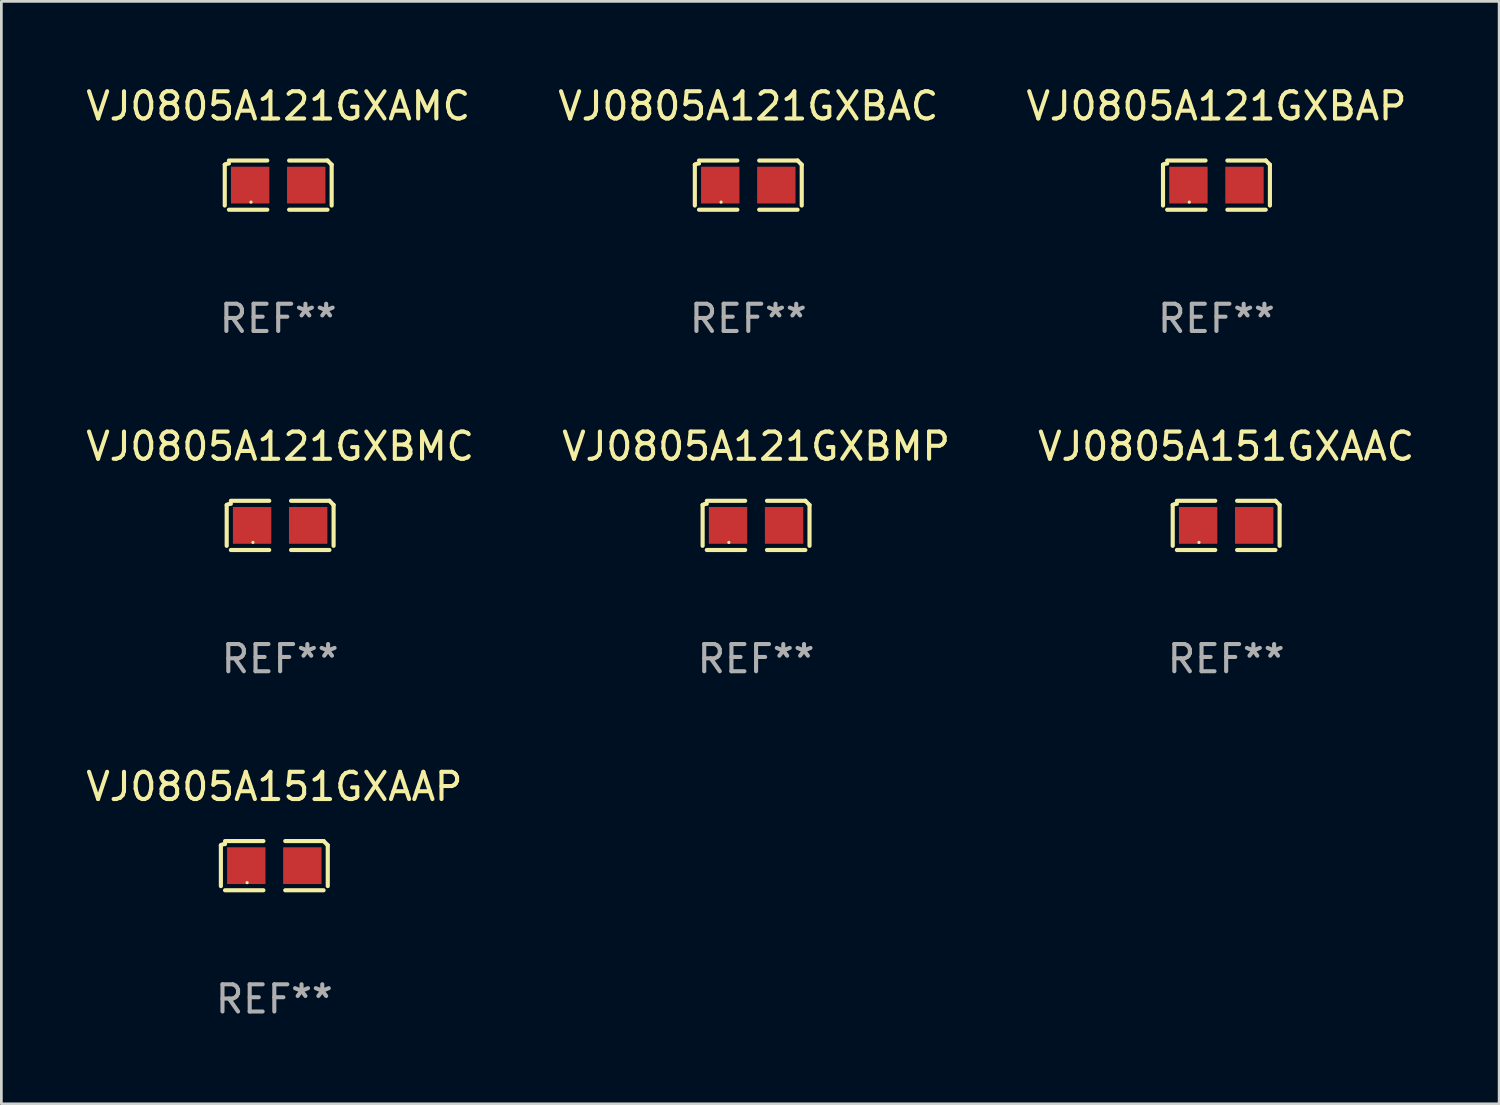
<source format=kicad_pcb>
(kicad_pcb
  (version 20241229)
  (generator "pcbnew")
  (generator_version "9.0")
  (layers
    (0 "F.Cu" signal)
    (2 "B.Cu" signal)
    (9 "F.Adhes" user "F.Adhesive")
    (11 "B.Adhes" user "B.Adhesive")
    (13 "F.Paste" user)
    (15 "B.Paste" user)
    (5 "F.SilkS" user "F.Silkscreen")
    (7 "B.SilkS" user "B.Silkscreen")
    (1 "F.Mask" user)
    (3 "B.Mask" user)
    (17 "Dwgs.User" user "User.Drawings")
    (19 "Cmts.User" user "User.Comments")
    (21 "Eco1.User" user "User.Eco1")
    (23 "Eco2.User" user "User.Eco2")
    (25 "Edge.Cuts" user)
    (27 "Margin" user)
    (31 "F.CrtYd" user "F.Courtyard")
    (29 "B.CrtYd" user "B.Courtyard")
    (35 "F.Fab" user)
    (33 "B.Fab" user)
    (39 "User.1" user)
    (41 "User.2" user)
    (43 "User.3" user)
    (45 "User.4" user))
  (footprint "VJ0805A121GXBMP"
    (layer "F.Cu")
    (at 24.732 16.256)
    (property "Reference" "VJ0805A121GXBMP" (at 0 -2.904 0) (layer "F.SilkS") (effects (font (size 1 1) (thickness 0.15))))
    (attr through_hole)
    (fp_line (start -1.964 0.751) (end -1.964 -0.751) (stroke (width 0.152) (type solid)) (layer "F.SilkS"))
    (fp_line (start -1.811 -0.904) (end -0.401 -0.904) (stroke (width 0.152) (type solid)) (layer "F.SilkS"))
    (fp_line (start -0.401 0.904) (end -1.811 0.904) (stroke (width 0.152) (type solid)) (layer "F.SilkS"))
    (fp_line (start 0.401 0.904) (end 1.811 0.904) (stroke (width 0.152) (type solid)) (layer "F.SilkS"))
    (fp_line (start 1.811 -0.904) (end 0.401 -0.904) (stroke (width 0.152) (type solid)) (layer "F.SilkS"))
    (fp_line (start 1.964 0.751) (end 1.964 -0.751) (stroke (width 0.152) (type solid)) (layer "F.SilkS"))
    (fp_arc (start -1.963602 -0.751207) (mid -1.890354 -0.783131) (end -1.811201 -0.794044) (stroke (width 0.1524) (type solid)) (layer "F.SilkS"))
    (fp_arc (start 1.811202 -0.903607) (mid 1.887413 -0.827418) (end 1.963602 -0.751207) (stroke (width 0.1524) (type solid)) (layer "F.SilkS"))
    (fp_circle (center -1 0.625) (end -0.97 0.625) (stroke (width 0.06) (type solid)) (fill no) (layer "F.SilkS"))
    (fp_text user "REF**" (at 0 4.904 0) (layer "F.Fab") (effects (font (size 1 1) (thickness 0.15))))
    (pad "1" smd rect (at -1.03 0) (size 1.41 1.35) (layers "F.Cu" "F.Mask" "F.Paste"))
    (pad "2" smd rect (at 1.03 0) (size 1.41 1.35) (layers "F.Cu" "F.Mask" "F.Paste")))
  (footprint "VJ0805A151GXAAC"
    (layer "F.Cu")
    (at 42.006 16.256)
    (property "Reference" "VJ0805A151GXAAC" (at 0 -2.904 0) (layer "F.SilkS") (effects (font (size 1 1) (thickness 0.15))))
    (attr through_hole)
    (fp_line (start -1.964 0.751) (end -1.964 -0.751) (stroke (width 0.152) (type solid)) (layer "F.SilkS"))
    (fp_line (start -1.811 -0.904) (end -0.401 -0.904) (stroke (width 0.152) (type solid)) (layer "F.SilkS"))
    (fp_line (start -0.401 0.904) (end -1.811 0.904) (stroke (width 0.152) (type solid)) (layer "F.SilkS"))
    (fp_line (start 0.401 0.904) (end 1.811 0.904) (stroke (width 0.152) (type solid)) (layer "F.SilkS"))
    (fp_line (start 1.811 -0.904) (end 0.401 -0.904) (stroke (width 0.152) (type solid)) (layer "F.SilkS"))
    (fp_line (start 1.964 0.751) (end 1.964 -0.751) (stroke (width 0.152) (type solid)) (layer "F.SilkS"))
    (fp_arc (start -1.963602 -0.751207) (mid -1.890354 -0.783131) (end -1.811201 -0.794044) (stroke (width 0.1524) (type solid)) (layer "F.SilkS"))
    (fp_arc (start 1.811202 -0.903607) (mid 1.887413 -0.827418) (end 1.963602 -0.751207) (stroke (width 0.1524) (type solid)) (layer "F.SilkS"))
    (fp_circle (center -1 0.625) (end -0.97 0.625) (stroke (width 0.06) (type solid)) (fill no) (layer "F.SilkS"))
    (fp_text user "REF**" (at 0 4.904 0) (layer "F.Fab") (effects (font (size 1 1) (thickness 0.15))))
    (pad "1" smd rect (at -1.03 0) (size 1.41 1.35) (layers "F.Cu" "F.Mask" "F.Paste"))
    (pad "2" smd rect (at 1.03 0) (size 1.41 1.35) (layers "F.Cu" "F.Mask" "F.Paste")))
  (footprint "VJ0805A121GXBAP"
    (layer "F.Cu")
    (at 41.649 3.752)
    (property "Reference" "VJ0805A121GXBAP" (at 0 -2.904 0) (layer "F.SilkS") (effects (font (size 1 1) (thickness 0.15))))
    (attr through_hole)
    (fp_line (start -1.964 0.751) (end -1.964 -0.751) (stroke (width 0.152) (type solid)) (layer "F.SilkS"))
    (fp_line (start -1.811 -0.904) (end -0.401 -0.904) (stroke (width 0.152) (type solid)) (layer "F.SilkS"))
    (fp_line (start -0.401 0.904) (end -1.811 0.904) (stroke (width 0.152) (type solid)) (layer "F.SilkS"))
    (fp_line (start 0.401 0.904) (end 1.811 0.904) (stroke (width 0.152) (type solid)) (layer "F.SilkS"))
    (fp_line (start 1.811 -0.904) (end 0.401 -0.904) (stroke (width 0.152) (type solid)) (layer "F.SilkS"))
    (fp_line (start 1.964 0.751) (end 1.964 -0.751) (stroke (width 0.152) (type solid)) (layer "F.SilkS"))
    (fp_arc (start -1.963602 -0.751207) (mid -1.890354 -0.783131) (end -1.811201 -0.794044) (stroke (width 0.1524) (type solid)) (layer "F.SilkS"))
    (fp_arc (start 1.811202 -0.903607) (mid 1.887413 -0.827418) (end 1.963602 -0.751207) (stroke (width 0.1524) (type solid)) (layer "F.SilkS"))
    (fp_circle (center -1 0.625) (end -0.97 0.625) (stroke (width 0.06) (type solid)) (fill no) (layer "F.SilkS"))
    (fp_text user "REF**" (at 0 4.904 0) (layer "F.Fab") (effects (font (size 1 1) (thickness 0.15))))
    (pad "1" smd rect (at -1.03 0) (size 1.41 1.35) (layers "F.Cu" "F.Mask" "F.Paste"))
    (pad "2" smd rect (at 1.03 0) (size 1.41 1.35) (layers "F.Cu" "F.Mask" "F.Paste")))
  (footprint "VJ0805A121GXBAC"
    (layer "F.Cu")
    (at 24.446 3.752)
    (property "Reference" "VJ0805A121GXBAC" (at 0 -2.904 0) (layer "F.SilkS") (effects (font (size 1 1) (thickness 0.15))))
    (attr through_hole)
    (fp_line (start -1.964 0.751) (end -1.964 -0.751) (stroke (width 0.152) (type solid)) (layer "F.SilkS"))
    (fp_line (start -1.811 -0.904) (end -0.401 -0.904) (stroke (width 0.152) (type solid)) (layer "F.SilkS"))
    (fp_line (start -0.401 0.904) (end -1.811 0.904) (stroke (width 0.152) (type solid)) (layer "F.SilkS"))
    (fp_line (start 0.401 0.904) (end 1.811 0.904) (stroke (width 0.152) (type solid)) (layer "F.SilkS"))
    (fp_line (start 1.811 -0.904) (end 0.401 -0.904) (stroke (width 0.152) (type solid)) (layer "F.SilkS"))
    (fp_line (start 1.964 0.751) (end 1.964 -0.751) (stroke (width 0.152) (type solid)) (layer "F.SilkS"))
    (fp_arc (start -1.963602 -0.751207) (mid -1.890354 -0.783131) (end -1.811201 -0.794044) (stroke (width 0.1524) (type solid)) (layer "F.SilkS"))
    (fp_arc (start 1.811202 -0.903607) (mid 1.887413 -0.827418) (end 1.963602 -0.751207) (stroke (width 0.1524) (type solid)) (layer "F.SilkS"))
    (fp_circle (center -1 0.625) (end -0.97 0.625) (stroke (width 0.06) (type solid)) (fill no) (layer "F.SilkS"))
    (fp_text user "REF**" (at 0 4.904 0) (layer "F.Fab") (effects (font (size 1 1) (thickness 0.15))))
    (pad "1" smd rect (at -1.03 0) (size 1.41 1.35) (layers "F.Cu" "F.Mask" "F.Paste"))
    (pad "2" smd rect (at 1.03 0) (size 1.41 1.35) (layers "F.Cu" "F.Mask" "F.Paste")))
  (footprint "VJ0805A151GXAAP"
    (layer "F.Cu")
    (at 7.03 28.759)
    (property "Reference" "VJ0805A151GXAAP" (at 0 -2.904 0) (layer "F.SilkS") (effects (font (size 1 1) (thickness 0.15))))
    (attr through_hole)
    (fp_line (start -1.964 0.751) (end -1.964 -0.751) (stroke (width 0.152) (type solid)) (layer "F.SilkS"))
    (fp_line (start -1.811 -0.904) (end -0.401 -0.904) (stroke (width 0.152) (type solid)) (layer "F.SilkS"))
    (fp_line (start -0.401 0.904) (end -1.811 0.904) (stroke (width 0.152) (type solid)) (layer "F.SilkS"))
    (fp_line (start 0.401 0.904) (end 1.811 0.904) (stroke (width 0.152) (type solid)) (layer "F.SilkS"))
    (fp_line (start 1.811 -0.904) (end 0.401 -0.904) (stroke (width 0.152) (type solid)) (layer "F.SilkS"))
    (fp_line (start 1.964 0.751) (end 1.964 -0.751) (stroke (width 0.152) (type solid)) (layer "F.SilkS"))
    (fp_arc (start -1.963602 -0.751207) (mid -1.890354 -0.783131) (end -1.811201 -0.794044) (stroke (width 0.1524) (type solid)) (layer "F.SilkS"))
    (fp_arc (start 1.811202 -0.903607) (mid 1.887413 -0.827418) (end 1.963602 -0.751207) (stroke (width 0.1524) (type solid)) (layer "F.SilkS"))
    (fp_circle (center -1 0.625) (end -0.97 0.625) (stroke (width 0.06) (type solid)) (fill no) (layer "F.SilkS"))
    (fp_text user "REF**" (at 0 4.904 0) (layer "F.Fab") (effects (font (size 1 1) (thickness 0.15))))
    (pad "1" smd rect (at -1.03 0) (size 1.41 1.35) (layers "F.Cu" "F.Mask" "F.Paste"))
    (pad "2" smd rect (at 1.03 0) (size 1.41 1.35) (layers "F.Cu" "F.Mask" "F.Paste")))
  (footprint "VJ0805A121GXBMC"
    (layer "F.Cu")
    (at 7.244 16.256)
    (property "Reference" "VJ0805A121GXBMC" (at 0 -2.904 0) (layer "F.SilkS") (effects (font (size 1 1) (thickness 0.15))))
    (attr through_hole)
    (fp_line (start -1.964 0.751) (end -1.964 -0.751) (stroke (width 0.152) (type solid)) (layer "F.SilkS"))
    (fp_line (start -1.811 -0.904) (end -0.401 -0.904) (stroke (width 0.152) (type solid)) (layer "F.SilkS"))
    (fp_line (start -0.401 0.904) (end -1.811 0.904) (stroke (width 0.152) (type solid)) (layer "F.SilkS"))
    (fp_line (start 0.401 0.904) (end 1.811 0.904) (stroke (width 0.152) (type solid)) (layer "F.SilkS"))
    (fp_line (start 1.811 -0.904) (end 0.401 -0.904) (stroke (width 0.152) (type solid)) (layer "F.SilkS"))
    (fp_line (start 1.964 0.751) (end 1.964 -0.751) (stroke (width 0.152) (type solid)) (layer "F.SilkS"))
    (fp_arc (start -1.963602 -0.751207) (mid -1.890354 -0.783131) (end -1.811201 -0.794044) (stroke (width 0.1524) (type solid)) (layer "F.SilkS"))
    (fp_arc (start 1.811202 -0.903607) (mid 1.887413 -0.827418) (end 1.963602 -0.751207) (stroke (width 0.1524) (type solid)) (layer "F.SilkS"))
    (fp_circle (center -1 0.625) (end -0.97 0.625) (stroke (width 0.06) (type solid)) (fill no) (layer "F.SilkS"))
    (fp_text user "REF**" (at 0 4.904 0) (layer "F.Fab") (effects (font (size 1 1) (thickness 0.15))))
    (pad "1" smd rect (at -1.03 0) (size 1.41 1.35) (layers "F.Cu" "F.Mask" "F.Paste"))
    (pad "2" smd rect (at 1.03 0) (size 1.41 1.35) (layers "F.Cu" "F.Mask" "F.Paste")))
  (footprint "VJ0805A121GXAMC"
    (layer "F.Cu")
    (at 7.173 3.752)
    (property "Reference" "VJ0805A121GXAMC" (at 0 -2.904 0) (layer "F.SilkS") (effects (font (size 1 1) (thickness 0.15))))
    (attr through_hole)
    (fp_line (start -1.964 0.751) (end -1.964 -0.751) (stroke (width 0.152) (type solid)) (layer "F.SilkS"))
    (fp_line (start -1.811 -0.904) (end -0.401 -0.904) (stroke (width 0.152) (type solid)) (layer "F.SilkS"))
    (fp_line (start -0.401 0.904) (end -1.811 0.904) (stroke (width 0.152) (type solid)) (layer "F.SilkS"))
    (fp_line (start 0.401 0.904) (end 1.811 0.904) (stroke (width 0.152) (type solid)) (layer "F.SilkS"))
    (fp_line (start 1.811 -0.904) (end 0.401 -0.904) (stroke (width 0.152) (type solid)) (layer "F.SilkS"))
    (fp_line (start 1.964 0.751) (end 1.964 -0.751) (stroke (width 0.152) (type solid)) (layer "F.SilkS"))
    (fp_arc (start -1.963602 -0.751207) (mid -1.890354 -0.783131) (end -1.811201 -0.794044) (stroke (width 0.1524) (type solid)) (layer "F.SilkS"))
    (fp_arc (start 1.811202 -0.903607) (mid 1.887413 -0.827418) (end 1.963602 -0.751207) (stroke (width 0.1524) (type solid)) (layer "F.SilkS"))
    (fp_circle (center -1 0.625) (end -0.97 0.625) (stroke (width 0.06) (type solid)) (fill no) (layer "F.SilkS"))
    (fp_text user "REF**" (at 0 4.904 0) (layer "F.Fab") (effects (font (size 1 1) (thickness 0.15))))
    (pad "1" smd rect (at -1.03 0) (size 1.41 1.35) (layers "F.Cu" "F.Mask" "F.Paste"))
    (pad "2" smd rect (at 1.03 0) (size 1.41 1.35) (layers "F.Cu" "F.Mask" "F.Paste")))
  (gr_rect
    (start -3 -3)
    (end 52.036 37.511)
    (stroke (width 0.1) (type default))
    (fill no)
    (layer "Edge.Cuts")))
</source>
